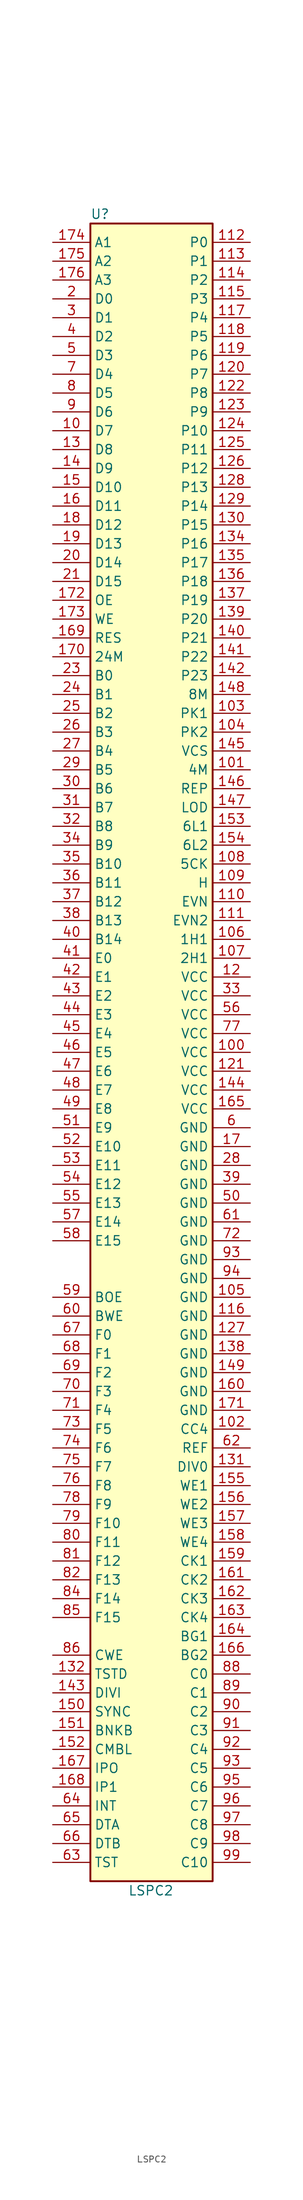
<source format=kicad_sym>
(kicad_symbol_lib
  (version 20211014)
  (generator kicad_symbol_editor)
  (symbol "LSPC2"
    (property "Reference" "U"
      (at 5.08 3.81 0)
      (effects (font (size 1.27 1.27)) (justify left)))
    (property "Value" "LSPC2"
      (at 10.16 -222.25 0)
      (effects (font (size 1.27 1.27)) (justify left)))
    (symbol "LSPC2_1_1"
      (rectangle (start 5.08 2.54) (end 21.59 -220.98) (stroke (width 0.254) (type default) (color 0 0 0 0)) (fill (type background)))
      (pin no_connect line (at 0 -228.6 0) (length 5.08) hide (name "NC" (effects (font (size 1.27 1.27)))) (number "1" (effects (font (size 1.27 1.27)))))
      (pin bidirectional line (at 0 -25.4 0) (length 5.08) (name "D7" (effects (font (size 1.27 1.27)))) (number "10" (effects (font (size 1.27 1.27)))))
      (pin power_in line (at 26.67 -109.22 180) (length 5.08) (name "VCC" (effects (font (size 1.27 1.27)))) (number "100" (effects (font (size 1.27 1.27)))))
      (pin bidirectional line (at 26.67 -71.12 180) (length 5.08) (name "4M" (effects (font (size 1.27 1.27)))) (number "101" (effects (font (size 1.27 1.27)))))
      (pin bidirectional line (at 26.67 -160.02 180) (length 5.08) (name "CC4" (effects (font (size 1.27 1.27)))) (number "102" (effects (font (size 1.27 1.27)))))
      (pin bidirectional line (at 26.67 -63.5 180) (length 5.08) (name "PK1" (effects (font (size 1.27 1.27)))) (number "103" (effects (font (size 1.27 1.27)))))
      (pin bidirectional line (at 26.67 -66.04 180) (length 5.08) (name "PK2" (effects (font (size 1.27 1.27)))) (number "104" (effects (font (size 1.27 1.27)))))
      (pin power_in line (at 26.67 -142.24 180) (length 5.08) (name "GND" (effects (font (size 1.27 1.27)))) (number "105" (effects (font (size 1.27 1.27)))))
      (pin bidirectional line (at 26.67 -93.98 180) (length 5.08) (name "1H1" (effects (font (size 1.27 1.27)))) (number "106" (effects (font (size 1.27 1.27)))))
      (pin bidirectional line (at 26.67 -96.52 180) (length 5.08) (name "2H1" (effects (font (size 1.27 1.27)))) (number "107" (effects (font (size 1.27 1.27)))))
      (pin bidirectional line (at 26.67 -83.82 180) (length 5.08) (name "5CK" (effects (font (size 1.27 1.27)))) (number "108" (effects (font (size 1.27 1.27)))))
      (pin bidirectional line (at 26.67 -86.36 180) (length 5.08) (name "H" (effects (font (size 1.27 1.27)))) (number "109" (effects (font (size 1.27 1.27)))))
      (pin no_connect line (at 0 -231.14 0) (length 5.08) hide (name "NC" (effects (font (size 1.27 1.27)))) (number "11" (effects (font (size 1.27 1.27)))))
      (pin bidirectional line (at 26.67 -88.9 180) (length 5.08) (name "EVN" (effects (font (size 1.27 1.27)))) (number "110" (effects (font (size 1.27 1.27)))))
      (pin bidirectional line (at 26.67 -91.44 180) (length 5.08) (name "EVN2" (effects (font (size 1.27 1.27)))) (number "111" (effects (font (size 1.27 1.27)))))
      (pin bidirectional line (at 26.67 0 180) (length 5.08) (name "P0" (effects (font (size 1.27 1.27)))) (number "112" (effects (font (size 1.27 1.27)))))
      (pin bidirectional line (at 26.67 -2.54 180) (length 5.08) (name "P1" (effects (font (size 1.27 1.27)))) (number "113" (effects (font (size 1.27 1.27)))))
      (pin bidirectional line (at 26.67 -5.08 180) (length 5.08) (name "P2" (effects (font (size 1.27 1.27)))) (number "114" (effects (font (size 1.27 1.27)))))
      (pin bidirectional line (at 26.67 -7.62 180) (length 5.08) (name "P3" (effects (font (size 1.27 1.27)))) (number "115" (effects (font (size 1.27 1.27)))))
      (pin power_in line (at 26.67 -144.78 180) (length 5.08) (name "GND" (effects (font (size 1.27 1.27)))) (number "116" (effects (font (size 1.27 1.27)))))
      (pin bidirectional line (at 26.67 -10.16 180) (length 5.08) (name "P4" (effects (font (size 1.27 1.27)))) (number "117" (effects (font (size 1.27 1.27)))))
      (pin bidirectional line (at 26.67 -12.7 180) (length 5.08) (name "P5" (effects (font (size 1.27 1.27)))) (number "118" (effects (font (size 1.27 1.27)))))
      (pin bidirectional line (at 26.67 -15.24 180) (length 5.08) (name "P6" (effects (font (size 1.27 1.27)))) (number "119" (effects (font (size 1.27 1.27)))))
      (pin power_in line (at 26.67 -99.06 180) (length 5.08) (name "VCC" (effects (font (size 1.27 1.27)))) (number "12" (effects (font (size 1.27 1.27)))))
      (pin bidirectional line (at 26.67 -17.78 180) (length 5.08) (name "P7" (effects (font (size 1.27 1.27)))) (number "120" (effects (font (size 1.27 1.27)))))
      (pin power_in line (at 26.67 -111.76 180) (length 5.08) (name "VCC" (effects (font (size 1.27 1.27)))) (number "121" (effects (font (size 1.27 1.27)))))
      (pin bidirectional line (at 26.67 -20.32 180) (length 5.08) (name "P8" (effects (font (size 1.27 1.27)))) (number "122" (effects (font (size 1.27 1.27)))))
      (pin bidirectional line (at 26.67 -22.86 180) (length 5.08) (name "P9" (effects (font (size 1.27 1.27)))) (number "123" (effects (font (size 1.27 1.27)))))
      (pin bidirectional line (at 26.67 -25.4 180) (length 5.08) (name "P10" (effects (font (size 1.27 1.27)))) (number "124" (effects (font (size 1.27 1.27)))))
      (pin bidirectional line (at 26.67 -27.94 180) (length 5.08) (name "P11" (effects (font (size 1.27 1.27)))) (number "125" (effects (font (size 1.27 1.27)))))
      (pin bidirectional line (at 26.67 -30.48 180) (length 5.08) (name "P12" (effects (font (size 1.27 1.27)))) (number "126" (effects (font (size 1.27 1.27)))))
      (pin power_in line (at 26.67 -147.32 180) (length 5.08) (name "GND" (effects (font (size 1.27 1.27)))) (number "127" (effects (font (size 1.27 1.27)))))
      (pin bidirectional line (at 26.67 -33.02 180) (length 5.08) (name "P13" (effects (font (size 1.27 1.27)))) (number "128" (effects (font (size 1.27 1.27)))))
      (pin bidirectional line (at 26.67 -35.56 180) (length 5.08) (name "P14" (effects (font (size 1.27 1.27)))) (number "129" (effects (font (size 1.27 1.27)))))
      (pin bidirectional line (at 0 -27.94 0) (length 5.08) (name "D8" (effects (font (size 1.27 1.27)))) (number "13" (effects (font (size 1.27 1.27)))))
      (pin bidirectional line (at 26.67 -38.1 180) (length 5.08) (name "P15" (effects (font (size 1.27 1.27)))) (number "130" (effects (font (size 1.27 1.27)))))
      (pin bidirectional line (at 26.67 -165.1 180) (length 5.08) (name "DIV0" (effects (font (size 1.27 1.27)))) (number "131" (effects (font (size 1.27 1.27)))))
      (pin bidirectional line (at 0 -193.04 0) (length 5.08) (name "TSTD" (effects (font (size 1.27 1.27)))) (number "132" (effects (font (size 1.27 1.27)))))
      (pin no_connect line (at 26.67 -233.68 180) (length 5.08) hide (name "NC" (effects (font (size 1.27 1.27)))) (number "133" (effects (font (size 1.27 1.27)))))
      (pin bidirectional line (at 26.67 -40.64 180) (length 5.08) (name "P16" (effects (font (size 1.27 1.27)))) (number "134" (effects (font (size 1.27 1.27)))))
      (pin bidirectional line (at 26.67 -43.18 180) (length 5.08) (name "P17" (effects (font (size 1.27 1.27)))) (number "135" (effects (font (size 1.27 1.27)))))
      (pin bidirectional line (at 26.67 -45.72 180) (length 5.08) (name "P18" (effects (font (size 1.27 1.27)))) (number "136" (effects (font (size 1.27 1.27)))))
      (pin bidirectional line (at 26.67 -48.26 180) (length 5.08) (name "P19" (effects (font (size 1.27 1.27)))) (number "137" (effects (font (size 1.27 1.27)))))
      (pin power_in line (at 26.67 -149.86 180) (length 5.08) (name "GND" (effects (font (size 1.27 1.27)))) (number "138" (effects (font (size 1.27 1.27)))))
      (pin bidirectional line (at 26.67 -50.8 180) (length 5.08) (name "P20" (effects (font (size 1.27 1.27)))) (number "139" (effects (font (size 1.27 1.27)))))
      (pin bidirectional line (at 0 -30.48 0) (length 5.08) (name "D9" (effects (font (size 1.27 1.27)))) (number "14" (effects (font (size 1.27 1.27)))))
      (pin bidirectional line (at 26.67 -53.34 180) (length 5.08) (name "P21" (effects (font (size 1.27 1.27)))) (number "140" (effects (font (size 1.27 1.27)))))
      (pin bidirectional line (at 26.67 -55.88 180) (length 5.08) (name "P22" (effects (font (size 1.27 1.27)))) (number "141" (effects (font (size 1.27 1.27)))))
      (pin bidirectional line (at 26.67 -58.42 180) (length 5.08) (name "P23" (effects (font (size 1.27 1.27)))) (number "142" (effects (font (size 1.27 1.27)))))
      (pin bidirectional line (at 0 -195.58 0) (length 5.08) (name "DIVI" (effects (font (size 1.27 1.27)))) (number "143" (effects (font (size 1.27 1.27)))))
      (pin power_in line (at 26.67 -114.3 180) (length 5.08) (name "VCC" (effects (font (size 1.27 1.27)))) (number "144" (effects (font (size 1.27 1.27)))))
      (pin bidirectional line (at 26.67 -68.58 180) (length 5.08) (name "VCS" (effects (font (size 1.27 1.27)))) (number "145" (effects (font (size 1.27 1.27)))))
      (pin bidirectional line (at 26.67 -73.66 180) (length 5.08) (name "REP" (effects (font (size 1.27 1.27)))) (number "146" (effects (font (size 1.27 1.27)))))
      (pin bidirectional line (at 26.67 -76.2 180) (length 5.08) (name "LOD" (effects (font (size 1.27 1.27)))) (number "147" (effects (font (size 1.27 1.27)))))
      (pin bidirectional line (at 26.67 -60.96 180) (length 5.08) (name "8M" (effects (font (size 1.27 1.27)))) (number "148" (effects (font (size 1.27 1.27)))))
      (pin power_in line (at 26.67 -152.4 180) (length 5.08) (name "GND" (effects (font (size 1.27 1.27)))) (number "149" (effects (font (size 1.27 1.27)))))
      (pin bidirectional line (at 0 -33.02 0) (length 5.08) (name "D10" (effects (font (size 1.27 1.27)))) (number "15" (effects (font (size 1.27 1.27)))))
      (pin bidirectional line (at 0 -198.12 0) (length 5.08) (name "SYNC" (effects (font (size 1.27 1.27)))) (number "150" (effects (font (size 1.27 1.27)))))
      (pin bidirectional line (at 0 -200.66 0) (length 5.08) (name "BNKB" (effects (font (size 1.27 1.27)))) (number "151" (effects (font (size 1.27 1.27)))))
      (pin bidirectional line (at 0 -203.2 0) (length 5.08) (name "CMBL" (effects (font (size 1.27 1.27)))) (number "152" (effects (font (size 1.27 1.27)))))
      (pin bidirectional line (at 26.67 -78.74 180) (length 5.08) (name "6L1" (effects (font (size 1.27 1.27)))) (number "153" (effects (font (size 1.27 1.27)))))
      (pin bidirectional line (at 26.67 -81.28 180) (length 5.08) (name "6L2" (effects (font (size 1.27 1.27)))) (number "154" (effects (font (size 1.27 1.27)))))
      (pin bidirectional line (at 26.67 -167.64 180) (length 5.08) (name "WE1" (effects (font (size 1.27 1.27)))) (number "155" (effects (font (size 1.27 1.27)))))
      (pin bidirectional line (at 26.67 -170.18 180) (length 5.08) (name "WE2" (effects (font (size 1.27 1.27)))) (number "156" (effects (font (size 1.27 1.27)))))
      (pin bidirectional line (at 26.67 -172.72 180) (length 5.08) (name "WE3" (effects (font (size 1.27 1.27)))) (number "157" (effects (font (size 1.27 1.27)))))
      (pin bidirectional line (at 26.67 -175.26 180) (length 5.08) (name "WE4" (effects (font (size 1.27 1.27)))) (number "158" (effects (font (size 1.27 1.27)))))
      (pin bidirectional line (at 26.67 -177.8 180) (length 5.08) (name "CK1" (effects (font (size 1.27 1.27)))) (number "159" (effects (font (size 1.27 1.27)))))
      (pin bidirectional line (at 0 -35.56 0) (length 5.08) (name "D11" (effects (font (size 1.27 1.27)))) (number "16" (effects (font (size 1.27 1.27)))))
      (pin power_in line (at 26.67 -154.94 180) (length 5.08) (name "GND" (effects (font (size 1.27 1.27)))) (number "160" (effects (font (size 1.27 1.27)))))
      (pin bidirectional line (at 26.67 -180.34 180) (length 5.08) (name "CK2" (effects (font (size 1.27 1.27)))) (number "161" (effects (font (size 1.27 1.27)))))
      (pin bidirectional line (at 26.67 -182.88 180) (length 5.08) (name "CK3" (effects (font (size 1.27 1.27)))) (number "162" (effects (font (size 1.27 1.27)))))
      (pin bidirectional line (at 26.67 -185.42 180) (length 5.08) (name "CK4" (effects (font (size 1.27 1.27)))) (number "163" (effects (font (size 1.27 1.27)))))
      (pin bidirectional line (at 26.67 -187.96 180) (length 5.08) (name "BG1" (effects (font (size 1.27 1.27)))) (number "164" (effects (font (size 1.27 1.27)))))
      (pin power_in line (at 26.67 -116.84 180) (length 5.08) (name "VCC" (effects (font (size 1.27 1.27)))) (number "165" (effects (font (size 1.27 1.27)))))
      (pin bidirectional line (at 26.67 -190.5 180) (length 5.08) (name "BG2" (effects (font (size 1.27 1.27)))) (number "166" (effects (font (size 1.27 1.27)))))
      (pin bidirectional line (at 0 -205.74 0) (length 5.08) (name "IPO" (effects (font (size 1.27 1.27)))) (number "167" (effects (font (size 1.27 1.27)))))
      (pin bidirectional line (at 0 -208.28 0) (length 5.08) (name "IP1" (effects (font (size 1.27 1.27)))) (number "168" (effects (font (size 1.27 1.27)))))
      (pin bidirectional line (at 0 -53.34 0) (length 5.08) (name "RES" (effects (font (size 1.27 1.27)))) (number "169" (effects (font (size 1.27 1.27)))))
      (pin power_in line (at 26.67 -121.92 180) (length 5.08) (name "GND" (effects (font (size 1.27 1.27)))) (number "17" (effects (font (size 1.27 1.27)))))
      (pin bidirectional line (at 0 -55.88 0) (length 5.08) (name "24M" (effects (font (size 1.27 1.27)))) (number "170" (effects (font (size 1.27 1.27)))))
      (pin power_in line (at 26.67 -157.48 180) (length 5.08) (name "GND" (effects (font (size 1.27 1.27)))) (number "171" (effects (font (size 1.27 1.27)))))
      (pin bidirectional line (at 0 -48.26 0) (length 5.08) (name "OE" (effects (font (size 1.27 1.27)))) (number "172" (effects (font (size 1.27 1.27)))))
      (pin bidirectional line (at 0 -50.8 0) (length 5.08) (name "WE" (effects (font (size 1.27 1.27)))) (number "173" (effects (font (size 1.27 1.27)))))
      (pin bidirectional line (at 0 0 0) (length 5.08) (name "A1" (effects (font (size 1.27 1.27)))) (number "174" (effects (font (size 1.27 1.27)))))
      (pin bidirectional line (at 0 -2.54 0) (length 5.08) (name "A2" (effects (font (size 1.27 1.27)))) (number "175" (effects (font (size 1.27 1.27)))))
      (pin bidirectional line (at 0 -5.08 0) (length 5.08) (name "A3" (effects (font (size 1.27 1.27)))) (number "176" (effects (font (size 1.27 1.27)))))
      (pin bidirectional line (at 0 -38.1 0) (length 5.08) (name "D12" (effects (font (size 1.27 1.27)))) (number "18" (effects (font (size 1.27 1.27)))))
      (pin bidirectional line (at 0 -40.64 0) (length 5.08) (name "D13" (effects (font (size 1.27 1.27)))) (number "19" (effects (font (size 1.27 1.27)))))
      (pin bidirectional line (at 0 -7.62 0) (length 5.08) (name "D0" (effects (font (size 1.27 1.27)))) (number "2" (effects (font (size 1.27 1.27)))))
      (pin bidirectional line (at 0 -43.18 0) (length 5.08) (name "D14" (effects (font (size 1.27 1.27)))) (number "20" (effects (font (size 1.27 1.27)))))
      (pin bidirectional line (at 0 -45.72 0) (length 5.08) (name "D15" (effects (font (size 1.27 1.27)))) (number "21" (effects (font (size 1.27 1.27)))))
      (pin no_connect line (at 0 -233.68 0) (length 5.08) hide (name "NC" (effects (font (size 1.27 1.27)))) (number "22" (effects (font (size 1.27 1.27)))))
      (pin bidirectional line (at 0 -58.42 0) (length 5.08) (name "B0" (effects (font (size 1.27 1.27)))) (number "23" (effects (font (size 1.27 1.27)))))
      (pin bidirectional line (at 0 -60.96 0) (length 5.08) (name "B1" (effects (font (size 1.27 1.27)))) (number "24" (effects (font (size 1.27 1.27)))))
      (pin bidirectional line (at 0 -63.5 0) (length 5.08) (name "B2" (effects (font (size 1.27 1.27)))) (number "25" (effects (font (size 1.27 1.27)))))
      (pin bidirectional line (at 0 -66.04 0) (length 5.08) (name "B3" (effects (font (size 1.27 1.27)))) (number "26" (effects (font (size 1.27 1.27)))))
      (pin bidirectional line (at 0 -68.58 0) (length 5.08) (name "B4" (effects (font (size 1.27 1.27)))) (number "27" (effects (font (size 1.27 1.27)))))
      (pin power_in line (at 26.67 -124.46 180) (length 5.08) (name "GND" (effects (font (size 1.27 1.27)))) (number "28" (effects (font (size 1.27 1.27)))))
      (pin bidirectional line (at 0 -71.12 0) (length 5.08) (name "B5" (effects (font (size 1.27 1.27)))) (number "29" (effects (font (size 1.27 1.27)))))
      (pin bidirectional line (at 0 -10.16 0) (length 5.08) (name "D1" (effects (font (size 1.27 1.27)))) (number "3" (effects (font (size 1.27 1.27)))))
      (pin bidirectional line (at 0 -73.66 0) (length 5.08) (name "B6" (effects (font (size 1.27 1.27)))) (number "30" (effects (font (size 1.27 1.27)))))
      (pin bidirectional line (at 0 -76.2 0) (length 5.08) (name "B7" (effects (font (size 1.27 1.27)))) (number "31" (effects (font (size 1.27 1.27)))))
      (pin bidirectional line (at 0 -78.74 0) (length 5.08) (name "B8" (effects (font (size 1.27 1.27)))) (number "32" (effects (font (size 1.27 1.27)))))
      (pin power_in line (at 26.67 -101.6 180) (length 5.08) (name "VCC" (effects (font (size 1.27 1.27)))) (number "33" (effects (font (size 1.27 1.27)))))
      (pin bidirectional line (at 0 -81.28 0) (length 5.08) (name "B9" (effects (font (size 1.27 1.27)))) (number "34" (effects (font (size 1.27 1.27)))))
      (pin bidirectional line (at 0 -83.82 0) (length 5.08) (name "B10" (effects (font (size 1.27 1.27)))) (number "35" (effects (font (size 1.27 1.27)))))
      (pin bidirectional line (at 0 -86.36 0) (length 5.08) (name "B11" (effects (font (size 1.27 1.27)))) (number "36" (effects (font (size 1.27 1.27)))))
      (pin bidirectional line (at 0 -88.9 0) (length 5.08) (name "B12" (effects (font (size 1.27 1.27)))) (number "37" (effects (font (size 1.27 1.27)))))
      (pin bidirectional line (at 0 -91.44 0) (length 5.08) (name "B13" (effects (font (size 1.27 1.27)))) (number "38" (effects (font (size 1.27 1.27)))))
      (pin power_in line (at 26.67 -127 180) (length 5.08) (name "GND" (effects (font (size 1.27 1.27)))) (number "39" (effects (font (size 1.27 1.27)))))
      (pin bidirectional line (at 0 -12.7 0) (length 5.08) (name "D2" (effects (font (size 1.27 1.27)))) (number "4" (effects (font (size 1.27 1.27)))))
      (pin bidirectional line (at 0 -93.98 0) (length 5.08) (name "B14" (effects (font (size 1.27 1.27)))) (number "40" (effects (font (size 1.27 1.27)))))
      (pin bidirectional line (at 0 -96.52 0) (length 5.08) (name "E0" (effects (font (size 1.27 1.27)))) (number "41" (effects (font (size 1.27 1.27)))))
      (pin bidirectional line (at 0 -99.06 0) (length 5.08) (name "E1" (effects (font (size 1.27 1.27)))) (number "42" (effects (font (size 1.27 1.27)))))
      (pin bidirectional line (at 0 -101.6 0) (length 5.08) (name "E2" (effects (font (size 1.27 1.27)))) (number "43" (effects (font (size 1.27 1.27)))))
      (pin bidirectional line (at 0 -104.14 0) (length 5.08) (name "E3" (effects (font (size 1.27 1.27)))) (number "44" (effects (font (size 1.27 1.27)))))
      (pin bidirectional line (at 0 -106.68 0) (length 5.08) (name "E4" (effects (font (size 1.27 1.27)))) (number "45" (effects (font (size 1.27 1.27)))))
      (pin bidirectional line (at 0 -109.22 0) (length 5.08) (name "E5" (effects (font (size 1.27 1.27)))) (number "46" (effects (font (size 1.27 1.27)))))
      (pin bidirectional line (at 0 -111.76 0) (length 5.08) (name "E6" (effects (font (size 1.27 1.27)))) (number "47" (effects (font (size 1.27 1.27)))))
      (pin bidirectional line (at 0 -114.3 0) (length 5.08) (name "E7" (effects (font (size 1.27 1.27)))) (number "48" (effects (font (size 1.27 1.27)))))
      (pin bidirectional line (at 0 -116.84 0) (length 5.08) (name "E8" (effects (font (size 1.27 1.27)))) (number "49" (effects (font (size 1.27 1.27)))))
      (pin bidirectional line (at 0 -15.24 0) (length 5.08) (name "D3" (effects (font (size 1.27 1.27)))) (number "5" (effects (font (size 1.27 1.27)))))
      (pin power_in line (at 26.67 -129.54 180) (length 5.08) (name "GND" (effects (font (size 1.27 1.27)))) (number "50" (effects (font (size 1.27 1.27)))))
      (pin bidirectional line (at 0 -119.38 0) (length 5.08) (name "E9" (effects (font (size 1.27 1.27)))) (number "51" (effects (font (size 1.27 1.27)))))
      (pin bidirectional line (at 0 -121.92 0) (length 5.08) (name "E10" (effects (font (size 1.27 1.27)))) (number "52" (effects (font (size 1.27 1.27)))))
      (pin bidirectional line (at 0 -124.46 0) (length 5.08) (name "E11" (effects (font (size 1.27 1.27)))) (number "53" (effects (font (size 1.27 1.27)))))
      (pin bidirectional line (at 0 -127 0) (length 5.08) (name "E12" (effects (font (size 1.27 1.27)))) (number "54" (effects (font (size 1.27 1.27)))))
      (pin bidirectional line (at 0 -129.54 0) (length 5.08) (name "E13" (effects (font (size 1.27 1.27)))) (number "55" (effects (font (size 1.27 1.27)))))
      (pin power_in line (at 26.67 -104.14 180) (length 5.08) (name "VCC" (effects (font (size 1.27 1.27)))) (number "56" (effects (font (size 1.27 1.27)))))
      (pin bidirectional line (at 0 -132.08 0) (length 5.08) (name "E14" (effects (font (size 1.27 1.27)))) (number "57" (effects (font (size 1.27 1.27)))))
      (pin bidirectional line (at 0 -134.62 0) (length 5.08) (name "E15" (effects (font (size 1.27 1.27)))) (number "58" (effects (font (size 1.27 1.27)))))
      (pin bidirectional line (at 0 -142.24 0) (length 5.08) (name "BOE" (effects (font (size 1.27 1.27)))) (number "59" (effects (font (size 1.27 1.27)))))
      (pin power_in line (at 26.67 -119.38 180) (length 5.08) (name "GND" (effects (font (size 1.27 1.27)))) (number "6" (effects (font (size 1.27 1.27)))))
      (pin bidirectional line (at 0 -144.78 0) (length 5.08) (name "BWE" (effects (font (size 1.27 1.27)))) (number "60" (effects (font (size 1.27 1.27)))))
      (pin power_in line (at 26.67 -132.08 180) (length 5.08) (name "GND" (effects (font (size 1.27 1.27)))) (number "61" (effects (font (size 1.27 1.27)))))
      (pin bidirectional line (at 26.67 -162.56 180) (length 5.08) (name "REF" (effects (font (size 1.27 1.27)))) (number "62" (effects (font (size 1.27 1.27)))))
      (pin passive line (at 0 -218.44 0) (length 5.08) (name "TST" (effects (font (size 1.27 1.27)))) (number "63" (effects (font (size 1.27 1.27)))))
      (pin bidirectional line (at 0 -210.82 0) (length 5.08) (name "INT" (effects (font (size 1.27 1.27)))) (number "64" (effects (font (size 1.27 1.27)))))
      (pin bidirectional line (at 0 -213.36 0) (length 5.08) (name "DTA" (effects (font (size 1.27 1.27)))) (number "65" (effects (font (size 1.27 1.27)))))
      (pin bidirectional line (at 0 -215.9 0) (length 5.08) (name "DTB" (effects (font (size 1.27 1.27)))) (number "66" (effects (font (size 1.27 1.27)))))
      (pin bidirectional line (at 0 -147.32 0) (length 5.08) (name "F0" (effects (font (size 1.27 1.27)))) (number "67" (effects (font (size 1.27 1.27)))))
      (pin bidirectional line (at 0 -149.86 0) (length 5.08) (name "F1" (effects (font (size 1.27 1.27)))) (number "68" (effects (font (size 1.27 1.27)))))
      (pin bidirectional line (at 0 -152.4 0) (length 5.08) (name "F2" (effects (font (size 1.27 1.27)))) (number "69" (effects (font (size 1.27 1.27)))))
      (pin bidirectional line (at 0 -17.78 0) (length 5.08) (name "D4" (effects (font (size 1.27 1.27)))) (number "7" (effects (font (size 1.27 1.27)))))
      (pin bidirectional line (at 0 -154.94 0) (length 5.08) (name "F3" (effects (font (size 1.27 1.27)))) (number "70" (effects (font (size 1.27 1.27)))))
      (pin bidirectional line (at 0 -157.48 0) (length 5.08) (name "F4" (effects (font (size 1.27 1.27)))) (number "71" (effects (font (size 1.27 1.27)))))
      (pin power_in line (at 26.67 -134.62 180) (length 5.08) (name "GND" (effects (font (size 1.27 1.27)))) (number "72" (effects (font (size 1.27 1.27)))))
      (pin bidirectional line (at 0 -160.02 0) (length 5.08) (name "F5" (effects (font (size 1.27 1.27)))) (number "73" (effects (font (size 1.27 1.27)))))
      (pin bidirectional line (at 0 -162.56 0) (length 5.08) (name "F6" (effects (font (size 1.27 1.27)))) (number "74" (effects (font (size 1.27 1.27)))))
      (pin bidirectional line (at 0 -165.1 0) (length 5.08) (name "F7" (effects (font (size 1.27 1.27)))) (number "75" (effects (font (size 1.27 1.27)))))
      (pin bidirectional line (at 0 -167.64 0) (length 5.08) (name "F8" (effects (font (size 1.27 1.27)))) (number "76" (effects (font (size 1.27 1.27)))))
      (pin power_in line (at 26.67 -106.68 180) (length 5.08) (name "VCC" (effects (font (size 1.27 1.27)))) (number "77" (effects (font (size 1.27 1.27)))))
      (pin bidirectional line (at 0 -170.18 0) (length 5.08) (name "F9" (effects (font (size 1.27 1.27)))) (number "78" (effects (font (size 1.27 1.27)))))
      (pin bidirectional line (at 0 -172.72 0) (length 5.08) (name "F10" (effects (font (size 1.27 1.27)))) (number "79" (effects (font (size 1.27 1.27)))))
      (pin bidirectional line (at 0 -20.32 0) (length 5.08) (name "D5" (effects (font (size 1.27 1.27)))) (number "8" (effects (font (size 1.27 1.27)))))
      (pin bidirectional line (at 0 -175.26 0) (length 5.08) (name "F11" (effects (font (size 1.27 1.27)))) (number "80" (effects (font (size 1.27 1.27)))))
      (pin bidirectional line (at 0 -177.8 0) (length 5.08) (name "F12" (effects (font (size 1.27 1.27)))) (number "81" (effects (font (size 1.27 1.27)))))
      (pin bidirectional line (at 0 -180.34 0) (length 5.08) (name "F13" (effects (font (size 1.27 1.27)))) (number "82" (effects (font (size 1.27 1.27)))))
      (pin no_connect line (at 26.67 -228.6 180) (length 5.08) hide (name "NC" (effects (font (size 1.27 1.27)))) (number "83" (effects (font (size 1.27 1.27)))))
      (pin bidirectional line (at 0 -182.88 0) (length 5.08) (name "F14" (effects (font (size 1.27 1.27)))) (number "84" (effects (font (size 1.27 1.27)))))
      (pin bidirectional line (at 0 -185.42 0) (length 5.08) (name "F15" (effects (font (size 1.27 1.27)))) (number "85" (effects (font (size 1.27 1.27)))))
      (pin bidirectional line (at 0 -190.5 0) (length 5.08) (name "CWE" (effects (font (size 1.27 1.27)))) (number "86" (effects (font (size 1.27 1.27)))))
      (pin no_connect line (at 26.67 -231.14 180) (length 5.08) hide (name "NC" (effects (font (size 1.27 1.27)))) (number "87" (effects (font (size 1.27 1.27)))))
      (pin bidirectional line (at 26.67 -193.04 180) (length 5.08) (name "C0" (effects (font (size 1.27 1.27)))) (number "88" (effects (font (size 1.27 1.27)))))
      (pin bidirectional line (at 26.67 -195.58 180) (length 5.08) (name "C1" (effects (font (size 1.27 1.27)))) (number "89" (effects (font (size 1.27 1.27)))))
      (pin bidirectional line (at 0 -22.86 0) (length 5.08) (name "D6" (effects (font (size 1.27 1.27)))) (number "9" (effects (font (size 1.27 1.27)))))
      (pin bidirectional line (at 26.67 -198.12 180) (length 5.08) (name "C2" (effects (font (size 1.27 1.27)))) (number "90" (effects (font (size 1.27 1.27)))))
      (pin bidirectional line (at 26.67 -200.66 180) (length 5.08) (name "C3" (effects (font (size 1.27 1.27)))) (number "91" (effects (font (size 1.27 1.27)))))
      (pin bidirectional line (at 26.67 -203.2 180) (length 5.08) (name "C4" (effects (font (size 1.27 1.27)))) (number "92" (effects (font (size 1.27 1.27)))))
      (pin bidirectional line (at 26.67 -205.74 180) (length 5.08) (name "C5" (effects (font (size 1.27 1.27)))) (number "93" (effects (font (size 1.27 1.27)))))
      (pin power_in line (at 26.67 -137.16 180) (length 5.08) (name "GND" (effects (font (size 1.27 1.27)))) (number "93" (effects (font (size 1.27 1.27)))))
      (pin power_in line (at 26.67 -139.7 180) (length 5.08) (name "GND" (effects (font (size 1.27 1.27)))) (number "94" (effects (font (size 1.27 1.27)))))
      (pin bidirectional line (at 26.67 -208.28 180) (length 5.08) (name "C6" (effects (font (size 1.27 1.27)))) (number "95" (effects (font (size 1.27 1.27)))))
      (pin bidirectional line (at 26.67 -210.82 180) (length 5.08) (name "C7" (effects (font (size 1.27 1.27)))) (number "96" (effects (font (size 1.27 1.27)))))
      (pin bidirectional line (at 26.67 -213.36 180) (length 5.08) (name "C8" (effects (font (size 1.27 1.27)))) (number "97" (effects (font (size 1.27 1.27)))))
      (pin bidirectional line (at 26.67 -215.9 180) (length 5.08) (name "C9" (effects (font (size 1.27 1.27)))) (number "98" (effects (font (size 1.27 1.27)))))
      (pin bidirectional line (at 26.67 -218.44 180) (length 5.08) (name "C10" (effects (font (size 1.27 1.27)))) (number "99" (effects (font (size 1.27 1.27))))))))
</source>
